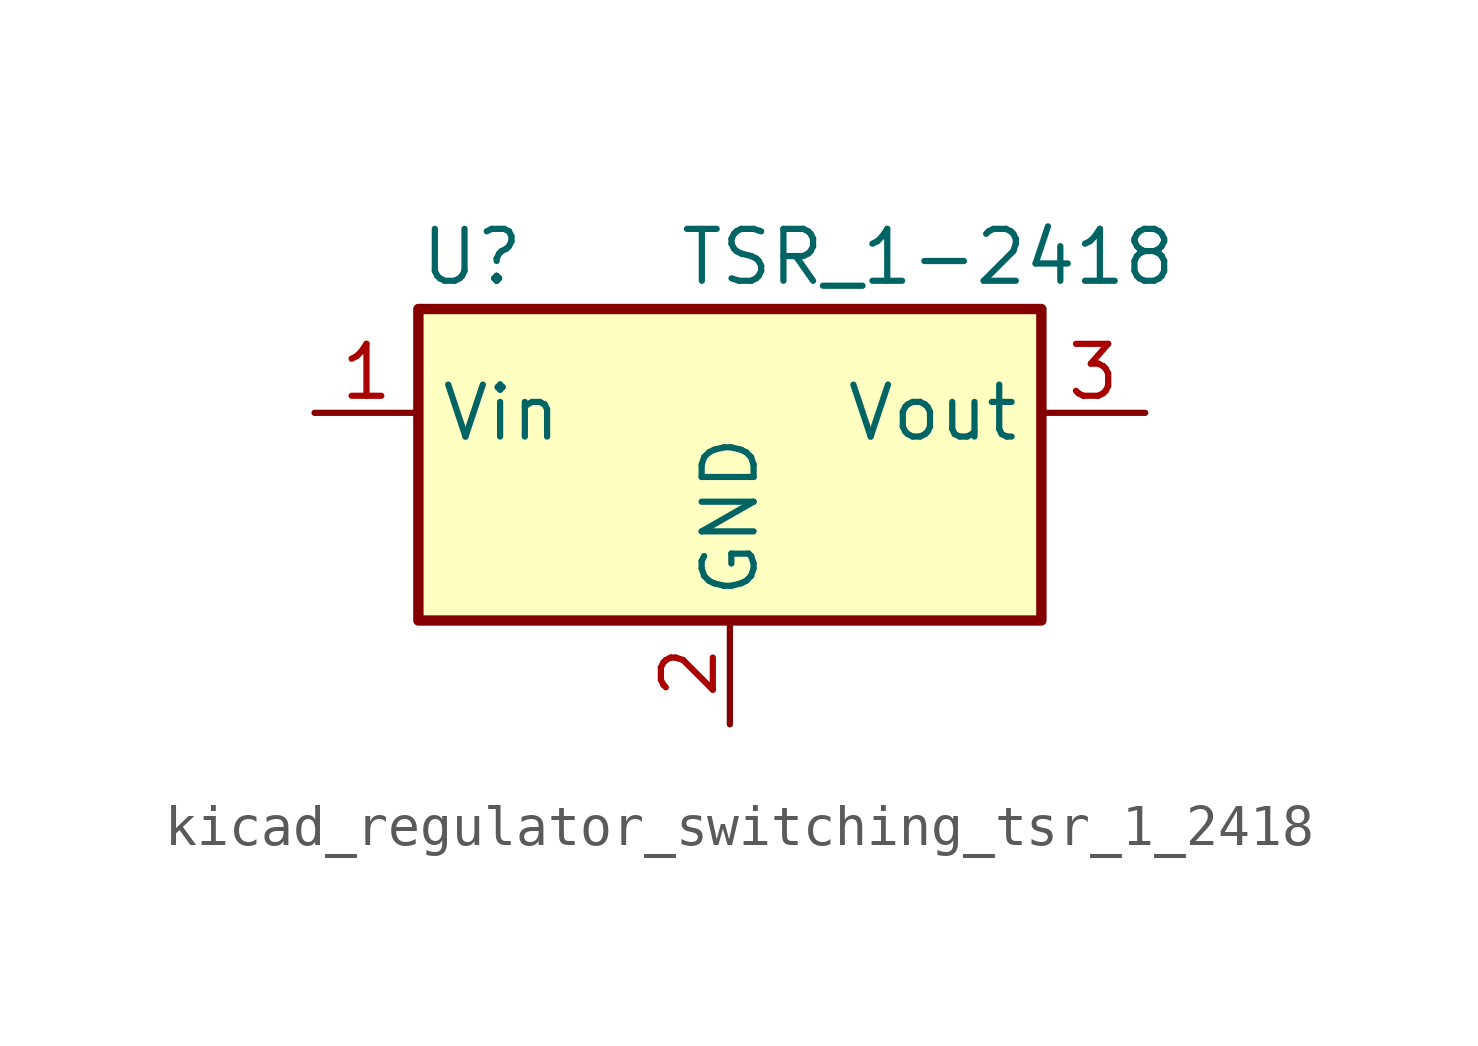
<source format=kicad_sym>
(kicad_symbol_lib
  (version 20220914)
  (generator kicad_symbol_editor)
  (symbol "kicad_regulator_switching_tsr_1_2418"
    (property "Reference" "U"
      (at -7.62 6.35 0)
      (effects (font (size 1.27 1.27)) (justify left)))
    (property "Value" "TSR_1-2418"
      (at -1.27 6.35 0)
      (effects (font (size 1.27 1.27)) (justify left)))
    (symbol "kicad_regulator_switching_tsr_1_2418_0_1"
      (rectangle (start -7.62 5.08) (end 7.62 -2.54) (stroke (width 0.254) (type default)) (fill (type background))))
    (symbol "kicad_regulator_switching_tsr_1_2418_1_1"
      (pin power_in line (at -10.16 2.54 0) (length 2.54) (name "Vin" (effects (font (size 1.27 1.27)))) (number "1" (effects (font (size 1.27 1.27)))))
      (pin power_in line (at 0 -5.08 90) (length 2.54) (name "GND" (effects (font (size 1.27 1.27)))) (number "2" (effects (font (size 1.27 1.27)))))
      (pin power_out line (at 10.16 2.54 180) (length 2.54) (name "Vout" (effects (font (size 1.27 1.27)))) (number "3" (effects (font (size 1.27 1.27))))))))
</source>
